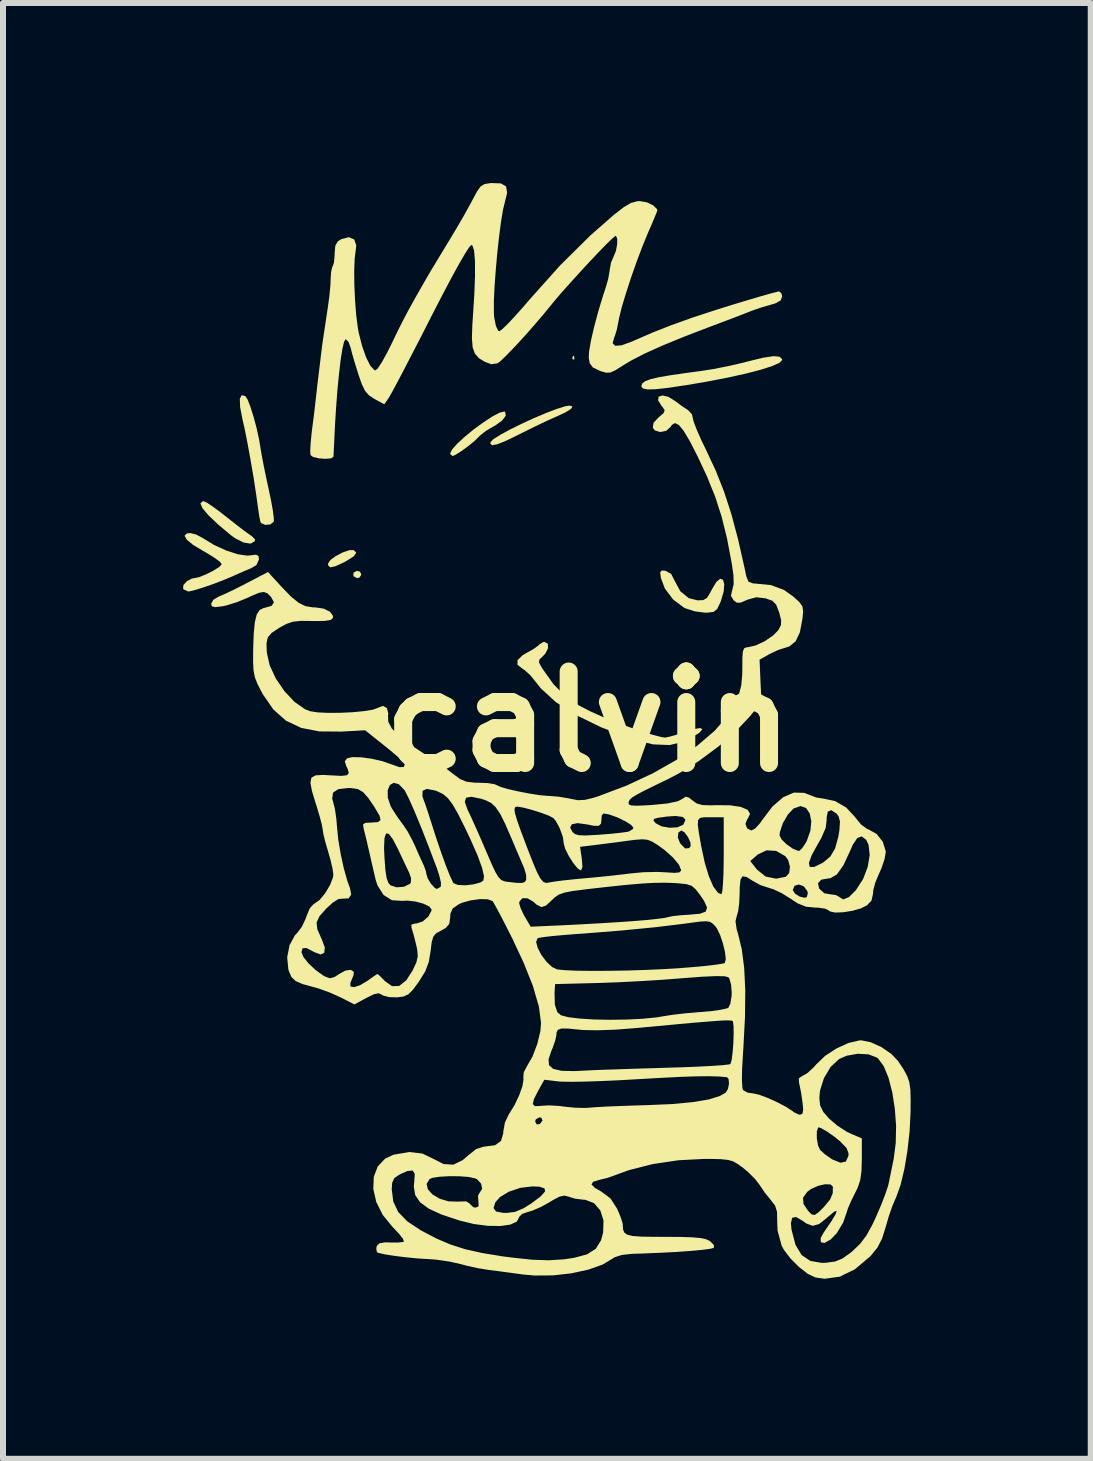
<source format=kicad_pcb>
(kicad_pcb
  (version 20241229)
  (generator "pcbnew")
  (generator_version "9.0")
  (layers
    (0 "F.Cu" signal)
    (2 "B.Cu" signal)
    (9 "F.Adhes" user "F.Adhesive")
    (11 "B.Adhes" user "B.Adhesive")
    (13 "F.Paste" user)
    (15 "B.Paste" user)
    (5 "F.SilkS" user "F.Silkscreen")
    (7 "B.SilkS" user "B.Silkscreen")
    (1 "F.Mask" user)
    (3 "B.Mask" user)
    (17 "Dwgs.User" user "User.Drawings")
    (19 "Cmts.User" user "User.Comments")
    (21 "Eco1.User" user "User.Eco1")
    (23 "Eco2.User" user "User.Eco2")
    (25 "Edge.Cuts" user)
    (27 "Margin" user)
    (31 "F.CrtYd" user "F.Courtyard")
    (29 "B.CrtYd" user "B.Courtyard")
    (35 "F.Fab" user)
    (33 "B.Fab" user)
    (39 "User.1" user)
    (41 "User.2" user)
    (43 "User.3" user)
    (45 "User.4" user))
  (footprint "calvin"
    (layer "F.Cu")
    (at 6.752 8.974)
    (property "Reference" "calvin" (at 0 0 0) (layer "F.SilkS") (effects (font (size 1.524 1.524) (thickness 0.3))))
    (attr board_only exclude_from_pos_files exclude_from_bom)
    (fp_poly (pts (xy -0.236 -6.092) (xy -0.231 -6.039) (xy -0.236 -6.033) (xy -0.262 -6.039) (xy -0.266 -6.062) (xy -0.249 -6.099)) (stroke (width 0) (type solid)) (fill yes) (layer "F.SilkS"))
    (fp_poly (pts (xy -3.805 -2.5) (xy -3.781 -2.449) (xy -3.815 -2.399) (xy -3.85 -2.39) (xy -3.908 -2.421) (xy -3.914 -2.431) (xy -3.911 -2.483) (xy -3.858 -2.511)) (stroke (width 0) (type solid)) (fill yes) (layer "F.SilkS"))
    (fp_poly (pts (xy -3.866 -2.816) (xy -3.907 -2.755) (xy -4.033 -2.675) (xy -4.072 -2.654) (xy -4.216 -2.588) (xy -4.298 -2.571) (xy -4.333 -2.601) (xy -4.337 -2.632) (xy -4.299 -2.691) (xy -4.207 -2.759) (xy -4.09 -2.82) (xy -3.979 -2.857) (xy -3.909 -2.858)) (stroke (width 0) (type solid)) (fill yes) (layer "F.SilkS"))
    (fp_poly (pts (xy -6.349 -3.645) (xy -6.242 -3.573) (xy -6.104 -3.47) (xy -6.018 -3.402) (xy -5.865 -3.281) (xy -5.731 -3.179) (xy -5.636 -3.11) (xy -5.608 -3.092) (xy -5.555 -3.04) (xy -5.555 -3.007) (xy -5.627 -2.966) (xy -5.743 -2.984) (xy -5.885 -3.056) (xy -5.953 -3.105) (xy -6.169 -3.286) (xy -6.329 -3.438) (xy -6.428 -3.556) (xy -6.462 -3.635) (xy -6.428 -3.67) (xy -6.405 -3.672)) (stroke (width 0) (type solid)) (fill yes) (layer "F.SilkS"))
    (fp_poly (pts (xy -0.262 -5.251) (xy -0.288 -5.211) (xy -0.382 -5.152) (xy -0.52 -5.088) (xy -0.681 -5.016) (xy -0.883 -4.92) (xy -1.089 -4.818) (xy -1.143 -4.791) (xy -1.363 -4.683) (xy -1.515 -4.622) (xy -1.603 -4.606) (xy -1.632 -4.633) (xy -1.629 -4.657) (xy -1.58 -4.707) (xy -1.466 -4.779) (xy -1.305 -4.867) (xy -1.112 -4.962) (xy -0.907 -5.056) (xy -0.705 -5.142) (xy -0.526 -5.21) (xy -0.385 -5.254) (xy -0.313 -5.266)) (stroke (width 0) (type solid)) (fill yes) (layer "F.SilkS"))
    (fp_poly (pts (xy -1.385 -5.161) (xy -1.375 -5.098) (xy -1.435 -5.017) (xy -1.552 -4.933) (xy -1.583 -4.917) (xy -1.706 -4.844) (xy -1.801 -4.77) (xy -1.817 -4.753) (xy -1.891 -4.68) (xy -1.998 -4.592) (xy -2.114 -4.508) (xy -2.212 -4.446) (xy -2.263 -4.425) (xy -2.3 -4.459) (xy -2.301 -4.468) (xy -2.268 -4.537) (xy -2.18 -4.635) (xy -2.053 -4.751) (xy -1.904 -4.873) (xy -1.747 -4.987) (xy -1.601 -5.083) (xy -1.48 -5.147) (xy -1.401 -5.167)) (stroke (width 0) (type solid)) (fill yes) (layer "F.SilkS"))
    (fp_poly (pts (xy 1.284 -2.515) (xy 1.381 -2.461) (xy 1.434 -2.357) (xy 1.532 -2.174) (xy 1.673 -2.058) (xy 1.819 -2.021) (xy 1.916 -2.025) (xy 1.979 -2.063) (xy 2.036 -2.157) (xy 2.058 -2.201) (xy 2.135 -2.33) (xy 2.199 -2.381) (xy 2.245 -2.364) (xy 2.266 -2.289) (xy 2.256 -2.166) (xy 2.208 -2.005) (xy 2.196 -1.977) (xy 2.146 -1.874) (xy 2.087 -1.828) (xy 1.985 -1.816) (xy 1.938 -1.816) (xy 1.774 -1.838) (xy 1.616 -1.889) (xy 1.593 -1.9) (xy 1.414 -2.035) (xy 1.277 -2.216) (xy 1.21 -2.393) (xy 1.198 -2.487) (xy 1.224 -2.518)) (stroke (width 0) (type solid)) (fill yes) (layer "F.SilkS"))
    (fp_poly (pts (xy 3.188 -6.08) (xy 3.229 -6.039) (xy 3.23 -6.025) (xy 3.188 -5.98) (xy 3.067 -5.926) (xy 2.878 -5.865) (xy 2.63 -5.8) (xy 2.331 -5.734) (xy 1.992 -5.668) (xy 1.623 -5.605) (xy 1.579 -5.599) (xy 1.309 -5.559) (xy 1.114 -5.538) (xy 0.986 -5.535) (xy 0.913 -5.55) (xy 0.886 -5.582) (xy 0.885 -5.593) (xy 0.899 -5.635) (xy 0.947 -5.672) (xy 1.038 -5.706) (xy 1.183 -5.74) (xy 1.391 -5.775) (xy 1.672 -5.815) (xy 1.881 -5.843) (xy 2.091 -5.876) (xy 2.341 -5.926) (xy 2.588 -5.983) (xy 2.664 -6.003) (xy 2.911 -6.063) (xy 3.084 -6.089)) (stroke (width 0) (type solid)) (fill yes) (layer "F.SilkS"))
    (fp_poly (pts (xy -5.714 -5.424) (xy -5.676 -5.365) (xy -5.628 -5.242) (xy -5.576 -5.076) (xy -5.526 -4.888) (xy -5.485 -4.701) (xy -5.465 -4.58) (xy -5.442 -4.443) (xy -5.405 -4.249) (xy -5.359 -4.028) (xy -5.326 -3.876) (xy -5.284 -3.677) (xy -5.254 -3.506) (xy -5.239 -3.384) (xy -5.24 -3.334) (xy -5.296 -3.286) (xy -5.382 -3.278) (xy -5.451 -3.309) (xy -5.463 -3.33) (xy -5.48 -3.409) (xy -5.498 -3.529) (xy -5.5 -3.54) (xy -5.533 -3.781) (xy -5.577 -4.067) (xy -5.629 -4.37) (xy -5.682 -4.66) (xy -5.732 -4.909) (xy -5.758 -5.02) (xy -5.801 -5.24) (xy -5.806 -5.379) (xy -5.775 -5.439)) (stroke (width 0) (type solid)) (fill yes) (layer "F.SilkS"))
    (fp_poly (pts (xy -6.532 -3.117) (xy -6.421 -3.057) (xy -6.236 -2.944) (xy -6.034 -2.852) (xy -5.841 -2.789) (xy -5.683 -2.766) (xy -5.635 -2.77) (xy -5.535 -2.782) (xy -5.494 -2.758) (xy -5.487 -2.703) (xy -5.529 -2.609) (xy -5.609 -2.561) (xy -5.727 -2.511) (xy -5.873 -2.446) (xy -5.914 -2.428) (xy -6.066 -2.363) (xy -6.241 -2.296) (xy -6.414 -2.236) (xy -6.559 -2.191) (xy -6.653 -2.169) (xy -6.664 -2.168) (xy -6.738 -2.201) (xy -6.752 -2.219) (xy -6.745 -2.278) (xy -6.685 -2.342) (xy -6.602 -2.385) (xy -6.568 -2.39) (xy -6.483 -2.408) (xy -6.366 -2.455) (xy -6.246 -2.516) (xy -6.15 -2.576) (xy -6.108 -2.621) (xy -6.107 -2.624) (xy -6.144 -2.669) (xy -6.241 -2.739) (xy -6.379 -2.823) (xy -6.417 -2.844) (xy -6.585 -2.945) (xy -6.69 -3.032) (xy -6.727 -3.097) (xy -6.691 -3.135) (xy -6.633 -3.142)) (stroke (width 0) (type solid)) (fill yes) (layer "F.SilkS"))
    (fp_poly (pts (xy -0.674 -1.297) (xy -0.67 -1.224) (xy -0.714 -1.135) (xy -0.755 -1.092) (xy -0.814 -1.036) (xy -0.821 -0.986) (xy -0.779 -0.907) (xy -0.762 -0.88) (xy -0.581 -0.625) (xy -0.389 -0.431) (xy -0.16 -0.272) (xy 0.035 -0.171) (xy 0.222 -0.087) (xy 0.439 0.000403) (xy 0.667 0.086) (xy 0.886 0.161) (xy 1.077 0.221) (xy 1.22 0.257) (xy 1.28 0.266) (xy 1.354 0.251) (xy 1.48 0.215) (xy 1.604 0.173) (xy 1.767 0.123) (xy 1.867 0.107) (xy 1.9 0.126) (xy 1.857 0.179) (xy 1.833 0.198) (xy 1.605 0.33) (xy 1.357 0.39) (xy 1.078 0.379) (xy 0.755 0.299) (xy 0.729 0.29) (xy 0.217 0.095) (xy -0.207 -0.111) (xy -0.544 -0.328) (xy -0.793 -0.557) (xy -0.875 -0.661) (xy -0.969 -0.776) (xy -1.064 -0.861) (xy -1.095 -0.881) (xy -1.18 -0.947) (xy -1.178 -1.025) (xy -1.092 -1.108) (xy -1.021 -1.149) (xy -0.908 -1.213) (xy -0.832 -1.268) (xy -0.819 -1.283) (xy -0.755 -1.324) (xy -0.728 -1.328)) (stroke (width 0) (type solid)) (fill yes) (layer "F.SilkS"))
    (fp_poly (pts (xy -1.455 -8.968) (xy -1.37 -8.917) (xy -1.352 -8.813) (xy -1.389 -8.66) (xy -1.421 -8.528) (xy -1.454 -8.328) (xy -1.487 -8.079) (xy -1.517 -7.803) (xy -1.542 -7.519) (xy -1.562 -7.247) (xy -1.573 -7.008) (xy -1.573 -6.822) (xy -1.568 -6.739) (xy -1.539 -6.592) (xy -1.501 -6.514) (xy -1.482 -6.505) (xy -1.435 -6.537) (xy -1.343 -6.626) (xy -1.217 -6.76) (xy -1.069 -6.927) (xy -0.979 -7.032) (xy -0.469 -7.602) (xy 0.039 -8.105) (xy 0.43 -8.447) (xy 0.59 -8.571) (xy 0.711 -8.642) (xy 0.815 -8.671) (xy 0.858 -8.673) (xy 0.976 -8.653) (xy 1.082 -8.602) (xy 1.145 -8.54) (xy 1.151 -8.517) (xy 1.134 -8.472) (xy 1.09 -8.365) (xy 1.027 -8.217) (xy 0.999 -8.155) (xy 0.905 -7.926) (xy 0.806 -7.664) (xy 0.71 -7.391) (xy 0.625 -7.129) (xy 0.556 -6.898) (xy 0.512 -6.719) (xy 0.504 -6.673) (xy 0.476 -6.534) (xy 0.442 -6.422) (xy 0.432 -6.401) (xy 0.406 -6.306) (xy 0.449 -6.262) (xy 0.557 -6.271) (xy 0.725 -6.332) (xy 0.741 -6.339) (xy 1.062 -6.479) (xy 1.389 -6.608) (xy 1.745 -6.735) (xy 2.152 -6.868) (xy 2.395 -6.944) (xy 2.638 -7.017) (xy 2.853 -7.081) (xy 3.025 -7.13) (xy 3.14 -7.16) (xy 3.18 -7.169) (xy 3.221 -7.132) (xy 3.23 -7.082) (xy 3.205 -7.017) (xy 3.119 -6.97) (xy 3.042 -6.947) (xy 2.88 -6.9) (xy 2.723 -6.846) (xy 2.699 -6.836) (xy 2.595 -6.795) (xy 2.432 -6.732) (xy 2.233 -6.657) (xy 2.058 -6.591) (xy 1.609 -6.419) (xy 1.238 -6.267) (xy 0.94 -6.133) (xy 0.708 -6.013) (xy 0.585 -5.939) (xy 0.454 -5.856) (xy 0.367 -5.817) (xy 0.295 -5.814) (xy 0.207 -5.84) (xy 0.186 -5.848) (xy 0.075 -5.903) (xy 0.024 -5.973) (xy 0.008 -6.062) (xy 0.014 -6.173) (xy 0.045 -6.349) (xy 0.096 -6.57) (xy 0.161 -6.816) (xy 0.237 -7.069) (xy 0.292 -7.236) (xy 0.332 -7.377) (xy 0.354 -7.502) (xy 0.356 -7.524) (xy 0.379 -7.647) (xy 0.42 -7.744) (xy 0.46 -7.841) (xy 0.481 -7.951) (xy 0.483 -8.043) (xy 0.463 -8.091) (xy 0.449 -8.091) (xy 0.401 -8.051) (xy 0.306 -7.959) (xy 0.177 -7.827) (xy 0.026 -7.667) (xy -0.135 -7.493) (xy -0.294 -7.318) (xy -0.439 -7.156) (xy -0.557 -7.018) (xy -0.615 -6.947) (xy -0.753 -6.778) (xy -0.91 -6.595) (xy -1.072 -6.412) (xy -1.228 -6.243) (xy -1.363 -6.103) (xy -1.464 -6.006) (xy -1.513 -5.97) (xy -1.614 -5.955) (xy -1.724 -5.995) (xy -1.824 -6.057) (xy -1.89 -6.133) (xy -1.927 -6.238) (xy -1.939 -6.391) (xy -1.932 -6.607) (xy -1.924 -6.723) (xy -1.899 -7.115) (xy -1.887 -7.435) (xy -1.888 -7.681) (xy -1.903 -7.848) (xy -1.93 -7.933) (xy -1.948 -7.943) (xy -1.985 -7.904) (xy -2.057 -7.792) (xy -2.16 -7.614) (xy -2.291 -7.375) (xy -2.445 -7.082) (xy -2.62 -6.743) (xy -2.631 -6.72) (xy -2.788 -6.412) (xy -2.936 -6.126) (xy -3.067 -5.872) (xy -3.178 -5.661) (xy -3.263 -5.503) (xy -3.315 -5.41) (xy -3.326 -5.393) (xy -3.399 -5.288) (xy -3.562 -5.376) (xy -3.653 -5.436) (xy -3.719 -5.511) (xy -3.775 -5.627) (xy -3.827 -5.775) (xy -3.882 -5.951) (xy -3.93 -6.114) (xy -3.959 -6.228) (xy -3.994 -6.326) (xy -4.04 -6.372) (xy -4.044 -6.372) (xy -4.069 -6.33) (xy -4.097 -6.211) (xy -4.126 -6.027) (xy -4.154 -5.79) (xy -4.181 -5.512) (xy -4.204 -5.204) (xy -4.224 -4.878) (xy -4.226 -4.823) (xy -4.234 -4.648) (xy -4.241 -4.508) (xy -4.245 -4.425) (xy -4.246 -4.414) (xy -4.286 -4.387) (xy -4.378 -4.379) (xy -4.488 -4.387) (xy -4.583 -4.409) (xy -4.628 -4.441) (xy -4.633 -4.51) (xy -4.626 -4.642) (xy -4.609 -4.812) (xy -4.602 -4.872) (xy -4.571 -5.111) (xy -4.54 -5.38) (xy -4.513 -5.62) (xy -4.433 -6.28) (xy -4.339 -6.907) (xy -4.314 -7.091) (xy -4.297 -7.269) (xy -4.293 -7.371) (xy -4.285 -7.493) (xy -4.266 -7.575) (xy -4.259 -7.586) (xy -4.238 -7.648) (xy -4.227 -7.762) (xy -4.226 -7.801) (xy -4.215 -7.929) (xy -4.173 -8.002) (xy -4.118 -8.038) (xy -3.989 -8.072) (xy -3.9 -8.034) (xy -3.866 -7.936) (xy -3.874 -7.862) (xy -3.892 -7.722) (xy -3.9 -7.518) (xy -3.898 -7.276) (xy -3.886 -7.02) (xy -3.867 -6.774) (xy -3.84 -6.563) (xy -3.827 -6.489) (xy -3.77 -6.263) (xy -3.702 -6.07) (xy -3.631 -5.929) (xy -3.563 -5.856) (xy -3.552 -5.851) (xy -3.51 -5.882) (xy -3.442 -5.984) (xy -3.353 -6.145) (xy -3.28 -6.291) (xy -3.182 -6.495) (xy -3.09 -6.678) (xy -2.993 -6.862) (xy -2.878 -7.069) (xy -2.735 -7.32) (xy -2.656 -7.456) (xy -2.601 -7.549) (xy -2.513 -7.695) (xy -2.406 -7.871) (xy -2.322 -8.009) (xy -2.199 -8.214) (xy -2.077 -8.424) (xy -1.974 -8.609) (xy -1.928 -8.695) (xy -1.852 -8.837) (xy -1.793 -8.918) (xy -1.729 -8.957) (xy -1.64 -8.972) (xy -1.611 -8.974)) (stroke (width 0) (type solid)) (fill yes) (layer "F.SilkS"))
    (fp_poly (pts (xy 1.334 -5.412) (xy 1.446 -5.343) (xy 1.558 -5.26) (xy 1.656 -5.195) (xy 1.66 -5.193) (xy 1.727 -5.122) (xy 1.74 -5.064) (xy 1.757 -4.995) (xy 1.806 -4.866) (xy 1.881 -4.696) (xy 1.969 -4.514) (xy 2.126 -4.177) (xy 2.263 -3.83) (xy 2.385 -3.455) (xy 2.497 -3.034) (xy 2.607 -2.547) (xy 2.632 -2.423) (xy 2.67 -2.331) (xy 2.751 -2.301) (xy 2.778 -2.301) (xy 3.044 -2.275) (xy 3.261 -2.194) (xy 3.411 -2.088) (xy 3.516 -1.993) (xy 3.568 -1.92) (xy 3.58 -1.834) (xy 3.569 -1.717) (xy 3.526 -1.489) (xy 3.455 -1.338) (xy 3.352 -1.254) (xy 3.297 -1.236) (xy 3.167 -1.195) (xy 3.026 -1.129) (xy 3.009 -1.12) (xy 2.854 -1.032) (xy 2.869 -0.678) (xy 2.885 -0.323) (xy 2.692 -0.087) (xy 2.46 0.16) (xy 2.169 0.414) (xy 1.844 0.655) (xy 1.512 0.862) (xy 1.33 0.957) (xy 1.09 1.073) (xy 0.918 1.158) (xy 0.803 1.219) (xy 0.732 1.263) (xy 0.694 1.297) (xy 0.676 1.328) (xy 0.672 1.346) (xy 0.675 1.378) (xy 0.712 1.396) (xy 0.797 1.401) (xy 0.946 1.396) (xy 1.07 1.388) (xy 1.322 1.363) (xy 1.49 1.327) (xy 1.56 1.292) (xy 1.623 1.251) (xy 1.68 1.267) (xy 1.737 1.314) (xy 1.81 1.365) (xy 1.903 1.39) (xy 2.044 1.395) (xy 2.124 1.392) (xy 2.362 1.394) (xy 2.541 1.421) (xy 2.655 1.469) (xy 2.696 1.536) (xy 2.657 1.618) (xy 2.649 1.625) (xy 2.619 1.703) (xy 2.648 1.78) (xy 2.719 1.814) (xy 2.782 1.78) (xy 2.862 1.692) (xy 2.892 1.648) (xy 3.067 1.416) (xy 3.247 1.26) (xy 3.427 1.182) (xy 3.599 1.187) (xy 3.668 1.214) (xy 3.798 1.264) (xy 3.918 1.283) (xy 4.111 1.323) (xy 4.296 1.43) (xy 4.442 1.586) (xy 4.451 1.599) (xy 4.544 1.713) (xy 4.643 1.786) (xy 4.669 1.796) (xy 4.804 1.871) (xy 4.907 2.001) (xy 4.955 2.155) (xy 4.956 2.179) (xy 4.936 2.293) (xy 4.885 2.443) (xy 4.845 2.532) (xy 4.784 2.677) (xy 4.749 2.807) (xy 4.745 2.864) (xy 4.719 2.982) (xy 4.644 3.061) (xy 4.541 3.112) (xy 4.4 3.152) (xy 4.249 3.176) (xy 4.115 3.181) (xy 4.025 3.162) (xy 4.008 3.147) (xy 3.949 3.117) (xy 3.835 3.1) (xy 3.776 3.098) (xy 3.625 3.083) (xy 3.489 3.028) (xy 3.369 2.949) (xy 3.226 2.86) (xy 3.112 2.806) (xy 3.407 2.806) (xy 3.443 2.865) (xy 3.522 2.915) (xy 3.605 2.935) (xy 3.641 2.923) (xy 3.658 2.86) (xy 3.649 2.821) (xy 3.59 2.744) (xy 3.509 2.714) (xy 3.438 2.734) (xy 3.407 2.805) (xy 3.407 2.806) (xy 3.112 2.806) (xy 3.084 2.793) (xy 3.016 2.772) (xy 2.871 2.725) (xy 2.815 2.694) (xy 3.827 2.694) (xy 3.847 2.782) (xy 3.935 2.861) (xy 4.026 2.876) (xy 4.127 2.89) (xy 4.182 2.921) (xy 4.248 2.963) (xy 4.343 2.924) (xy 4.46 2.807) (xy 4.579 2.623) (xy 4.656 2.42) (xy 4.689 2.222) (xy 4.67 2.052) (xy 4.631 1.97) (xy 4.557 1.912) (xy 4.483 1.939) (xy 4.407 2.052) (xy 4.363 2.153) (xy 4.252 2.392) (xy 4.143 2.545) (xy 4.036 2.609) (xy 4.013 2.611) (xy 3.882 2.633) (xy 3.827 2.694) (xy 2.815 2.694) (xy 2.744 2.655) (xy 2.637 2.588) (xy 2.57 2.577) (xy 2.536 2.633) (xy 2.523 2.764) (xy 2.522 2.857) (xy 2.515 3.022) (xy 2.497 3.161) (xy 2.475 3.236) (xy 2.453 3.326) (xy 2.472 3.457) (xy 2.494 3.531) (xy 2.558 3.793) (xy 2.598 4.107) (xy 2.616 4.481) (xy 2.611 4.923) (xy 2.584 5.442) (xy 2.578 5.531) (xy 2.563 5.786) (xy 2.56 5.98) (xy 2.568 6.103) (xy 2.58 6.14) (xy 2.652 6.181) (xy 2.748 6.195) (xy 2.846 6.216) (xy 2.99 6.27) (xy 3.151 6.343) (xy 3.301 6.422) (xy 3.41 6.494) (xy 3.427 6.509) (xy 3.507 6.546) (xy 3.533 6.549) (xy 3.57 6.53) (xy 3.581 6.462) (xy 3.569 6.339) (xy 3.547 6.189) (xy 3.522 6.061) (xy 3.513 6.027) (xy 3.508 5.943) (xy 3.568 5.903) (xy 3.574 5.901) (xy 3.655 5.853) (xy 3.755 5.76) (xy 3.8 5.709) (xy 3.945 5.57) (xy 4.133 5.447) (xy 4.334 5.355) (xy 4.516 5.312) (xy 4.548 5.31) (xy 4.707 5.342) (xy 4.886 5.424) (xy 5.05 5.537) (xy 5.162 5.655) (xy 5.253 5.793) (xy 5.313 5.903) (xy 5.349 6.007) (xy 5.367 6.131) (xy 5.371 6.297) (xy 5.37 6.505) (xy 5.354 6.825) (xy 5.318 7.149) (xy 5.267 7.455) (xy 5.203 7.721) (xy 5.13 7.926) (xy 5.113 7.961) (xy 5.064 8.078) (xy 5.006 8.245) (xy 4.957 8.417) (xy 4.894 8.616) (xy 4.819 8.762) (xy 4.711 8.895) (xy 4.691 8.916) (xy 4.441 9.126) (xy 4.191 9.248) (xy 3.938 9.283) (xy 3.783 9.261) (xy 3.656 9.2) (xy 3.51 9.086) (xy 3.368 8.944) (xy 3.257 8.797) (xy 3.222 8.731) (xy 3.154 8.481) (xy 3.149 8.359) (xy 3.376 8.359) (xy 3.387 8.468) (xy 3.452 8.716) (xy 3.554 8.887) (xy 3.7 8.986) (xy 3.894 9.019) (xy 3.967 9.016) (xy 4.115 8.995) (xy 4.235 8.946) (xy 4.367 8.852) (xy 4.41 8.816) (xy 4.533 8.697) (xy 4.635 8.561) (xy 4.733 8.383) (xy 4.798 8.244) (xy 4.879 8.055) (xy 4.947 7.879) (xy 4.993 7.742) (xy 5.004 7.7) (xy 5.031 7.569) (xy 5.066 7.397) (xy 5.09 7.279) (xy 5.123 7.02) (xy 5.129 6.737) (xy 5.108 6.451) (xy 5.065 6.177) (xy 5.003 5.935) (xy 4.923 5.741) (xy 4.83 5.614) (xy 4.81 5.598) (xy 4.67 5.544) (xy 4.489 5.534) (xy 4.304 5.567) (xy 4.179 5.622) (xy 4.039 5.752) (xy 3.927 5.939) (xy 3.861 6.149) (xy 3.85 6.269) (xy 3.863 6.396) (xy 3.916 6.503) (xy 4.011 6.613) (xy 4.149 6.731) (xy 4.308 6.834) (xy 4.365 6.862) (xy 4.558 6.944) (xy 4.558 7.293) (xy 4.552 7.493) (xy 4.531 7.64) (xy 4.488 7.768) (xy 4.443 7.859) (xy 4.375 7.997) (xy 4.325 8.114) (xy 4.311 8.162) (xy 4.247 8.346) (xy 4.142 8.521) (xy 4.04 8.628) (xy 3.935 8.686) (xy 3.875 8.675) (xy 3.872 8.605) (xy 3.921 8.515) (xy 4.05 8.326) (xy 4.123 8.204) (xy 4.139 8.15) (xy 4.099 8.164) (xy 4.001 8.245) (xy 3.974 8.27) (xy 3.846 8.371) (xy 3.74 8.401) (xy 3.631 8.361) (xy 3.569 8.316) (xy 3.461 8.253) (xy 3.397 8.268) (xy 3.376 8.359) (xy 3.149 8.359) (xy 3.148 8.319) (xy 3.145 8.168) (xy 3.113 8.065) (xy 3.045 7.976) (xy 3.011 7.933) (xy 3.578 7.933) (xy 3.586 8.037) (xy 3.664 8.153) (xy 3.722 8.211) (xy 3.773 8.22) (xy 3.839 8.174) (xy 3.926 8.087) (xy 4.028 7.964) (xy 4.073 7.859) (xy 4.076 7.749) (xy 4.037 7.711) (xy 3.945 7.708) (xy 3.828 7.735) (xy 3.713 7.787) (xy 3.648 7.835) (xy 3.578 7.933) (xy 3.011 7.933) (xy 2.944 7.852) (xy 2.857 7.723) (xy 2.857 7.722) (xy 2.777 7.618) (xy 2.657 7.5) (xy 2.583 7.438) (xy 2.49 7.37) (xy 2.412 7.326) (xy 2.324 7.302) (xy 2.205 7.29) (xy 2.03 7.286) (xy 1.934 7.286) (xy 1.504 7.308) (xy 1.075 7.372) (xy 0.677 7.473) (xy 0.42 7.567) (xy 0.313 7.604) (xy 0.188 7.634) (xy 0.079 7.668) (xy 0.054 7.712) (xy 0.113 7.771) (xy 0.215 7.829) (xy 0.369 7.943) (xy 0.481 8.117) (xy 0.481 8.117) (xy 0.536 8.247) (xy 0.57 8.35) (xy 0.575 8.381) (xy 0.579 8.458) (xy 0.599 8.512) (xy 0.647 8.548) (xy 0.737 8.57) (xy 0.882 8.581) (xy 1.093 8.584) (xy 1.278 8.585) (xy 1.546 8.586) (xy 1.74 8.593) (xy 1.874 8.605) (xy 1.964 8.625) (xy 2.024 8.653) (xy 2.029 8.656) (xy 2.093 8.721) (xy 2.092 8.767) (xy 2.035 8.783) (xy 1.903 8.801) (xy 1.71 8.819) (xy 1.472 8.836) (xy 1.2 8.85) (xy 0.911 8.862) (xy 0.723 8.868) (xy 0.56 8.886) (xy 0.438 8.925) (xy 0.413 8.942) (xy 0.238 9.047) (xy -0.002 9.132) (xy -0.286 9.193) (xy -0.592 9.227) (xy -0.899 9.229) (xy -1.095 9.211) (xy -1.298 9.183) (xy -1.5 9.156) (xy -1.658 9.136) (xy -1.659 9.136) (xy -1.837 9.107) (xy -2.036 9.063) (xy -2.124 9.039) (xy -2.316 8.996) (xy -2.53 8.965) (xy -2.633 8.957) (xy -2.833 8.945) (xy -3.04 8.925) (xy -3.233 8.901) (xy -3.391 8.876) (xy -3.495 8.852) (xy -3.522 8.839) (xy -3.533 8.778) (xy -3.524 8.738) (xy -3.48 8.692) (xy -3.383 8.676) (xy -3.298 8.679) (xy -3.173 8.68) (xy -3.087 8.67) (xy -3.072 8.662) (xy -3.086 8.619) (xy -3.152 8.535) (xy -3.255 8.426) (xy -3.26 8.421) (xy -3.425 8.219) (xy -3.533 8.003) (xy -3.581 7.791) (xy -3.275 7.791) (xy -3.249 7.998) (xy -3.166 8.172) (xy -3.015 8.327) (xy -2.786 8.478) (xy -2.781 8.481) (xy -2.533 8.611) (xy -2.297 8.712) (xy -2.05 8.791) (xy -1.769 8.854) (xy -1.433 8.909) (xy -1.261 8.931) (xy -0.931 8.966) (xy -0.655 8.975) (xy -0.404 8.959) (xy -0.236 8.934) (xy -0.02 8.876) (xy 0.124 8.784) (xy 0.212 8.644) (xy 0.247 8.514) (xy 0.254 8.312) (xy 0.2 8.144) (xy 0.096 8.023) (xy -0.049 7.967) (xy -0.086 7.965) (xy -0.223 7.948) (xy -0.322 7.917) (xy -0.396 7.897) (xy -0.476 7.913) (xy -0.589 7.972) (xy -0.642 8.005) (xy -0.79 8.087) (xy -0.935 8.149) (xy -1.003 8.169) (xy -1.103 8.203) (xy -1.15 8.25) (xy -1.151 8.256) (xy -1.191 8.331) (xy -1.301 8.381) (xy -1.467 8.404) (xy -1.674 8.401) (xy -1.906 8.371) (xy -2.141 8.314) (xy -2.44 8.215) (xy -2.658 8.115) (xy -2.671 8.105) (xy -1.578 8.105) (xy -1.537 8.162) (xy -1.418 8.185) (xy -1.361 8.186) (xy -1.22 8.169) (xy -1.075 8.107) (xy -0.944 8.024) (xy -0.792 7.91) (xy -0.72 7.828) (xy -0.729 7.776) (xy -0.817 7.749) (xy -0.931 7.744) (xy -1.131 7.768) (xy -1.32 7.831) (xy -1.471 7.921) (xy -1.549 8.01) (xy -1.578 8.105) (xy -2.671 8.105) (xy -2.803 8.009) (xy -2.884 7.888) (xy -2.907 7.747) (xy -2.903 7.703) (xy -2.694 7.703) (xy -2.673 7.793) (xy -2.595 7.879) (xy -2.476 7.949) (xy -2.33 7.993) (xy -2.172 7.998) (xy -2.164 7.997) (xy -2.037 7.993) (xy -1.977 8.028) (xy -1.974 8.036) (xy -1.914 8.091) (xy -1.877 8.098) (xy -1.827 8.076) (xy -1.83 7.999) (xy -1.832 7.99) (xy -1.837 7.899) (xy -1.814 7.855) (xy -1.769 7.785) (xy -1.786 7.697) (xy -1.855 7.624) (xy -1.882 7.611) (xy -1.991 7.587) (xy -2.146 7.575) (xy -2.318 7.574) (xy -2.479 7.583) (xy -2.599 7.602) (xy -2.644 7.621) (xy -2.694 7.703) (xy -2.903 7.703) (xy -2.899 7.657) (xy -2.891 7.535) (xy -2.926 7.479) (xy -3.014 7.488) (xy -3.144 7.546) (xy -3.231 7.605) (xy -3.268 7.684) (xy -3.275 7.791) (xy -3.581 7.791) (xy -3.582 7.787) (xy -3.574 7.585) (xy -3.508 7.412) (xy -3.385 7.281) (xy -3.244 7.216) (xy -2.983 7.171) (xy -2.764 7.197) (xy -2.593 7.279) (xy -2.41 7.372) (xy -2.248 7.382) (xy -2.093 7.307) (xy -2.01 7.235) (xy -1.869 7.122) (xy -1.739 7.081) (xy -1.721 7.08) (xy -1.553 7.058) (xy -1.454 6.987) (xy -1.417 6.861) (xy -1.416 6.831) (xy 3.808 6.831) (xy 3.808 6.946) (xy 3.829 7.063) (xy 3.861 7.134) (xy 3.935 7.203) (xy 4.045 7.281) (xy 4.069 7.296) (xy 4.203 7.35) (xy 4.292 7.33) (xy 4.334 7.237) (xy 4.337 7.192) (xy 4.302 7.103) (xy 4.194 6.991) (xy 4.097 6.913) (xy 3.973 6.827) (xy 3.878 6.772) (xy 3.831 6.759) (xy 3.831 6.76) (xy 3.808 6.831) (xy -1.416 6.831) (xy -1.416 6.831) (xy -1.389 6.679) (xy -1.381 6.663) (xy -0.885 6.663) (xy -0.859 6.712) (xy -0.806 6.704) (xy -0.762 6.646) (xy -0.782 6.601) (xy -0.815 6.593) (xy -0.876 6.629) (xy -0.885 6.663) (xy -1.381 6.663) (xy -1.326 6.547) (xy -1.232 6.395) (xy -1.221 6.372) (xy -0.925 6.372) (xy -0.889 6.407) (xy -0.795 6.403) (xy -0.785 6.401) (xy -0.658 6.394) (xy -0.491 6.403) (xy -0.398 6.415) (xy -0.222 6.433) (xy -0.049 6.437) (xy 0.022 6.432) (xy 0.125 6.424) (xy 0.297 6.414) (xy 0.521 6.405) (xy 0.776 6.396) (xy 0.974 6.39) (xy 1.399 6.372) (xy 1.741 6.34) (xy 2.005 6.296) (xy 2.194 6.237) (xy 2.29 6.182) (xy 2.328 6.119) (xy 2.345 6.029) (xy 2.337 5.951) (xy 2.312 5.925) (xy 2.182 5.913) (xy 2.017 5.908) (xy 1.806 5.91) (xy 1.538 5.919) (xy 1.203 5.936) (xy 0.819 5.958) (xy 0.505 5.976) (xy 0.207 5.989) (xy -0.059 5.998) (xy -0.279 6.001) (xy -0.435 5.999) (xy -0.488 5.996) (xy -0.732 5.967) (xy -0.831 6.143) (xy -0.905 6.288) (xy -0.925 6.372) (xy -1.221 6.372) (xy -1.153 6.23) (xy -1.098 6.077) (xy -1.079 5.963) (xy -1.082 5.935) (xy -1.075 5.843) (xy -1.026 5.749) (xy -0.956 5.627) (xy -0.662 5.627) (xy -0.654 5.724) (xy -0.584 5.786) (xy -0.447 5.818) (xy -0.235 5.823) (xy -0.066 5.815) (xy 0.054 5.809) (xy 0.246 5.801) (xy 0.494 5.793) (xy 0.782 5.783) (xy 1.093 5.774) (xy 1.274 5.768) (xy 1.573 5.759) (xy 1.842 5.748) (xy 2.068 5.736) (xy 2.24 5.724) (xy 2.343 5.712) (xy 2.369 5.705) (xy 2.389 5.636) (xy 2.405 5.512) (xy 2.417 5.36) (xy 2.422 5.206) (xy 2.421 5.077) (xy 2.411 4.999) (xy 2.405 4.988) (xy 2.382 4.981) (xy 2.337 4.978) (xy 2.26 4.979) (xy 2.144 4.986) (xy 1.979 4.999) (xy 1.757 5.017) (xy 1.47 5.043) (xy 1.109 5.077) (xy 0.819 5.104) (xy 0.459 5.132) (xy 0.151 5.143) (xy -0.092 5.138) (xy -0.155 5.132) (xy -0.337 5.114) (xy -0.449 5.114) (xy -0.507 5.134) (xy -0.529 5.179) (xy -0.531 5.219) (xy -0.549 5.307) (xy -0.593 5.435) (xy -0.617 5.492) (xy -0.662 5.627) (xy -0.956 5.627) (xy -0.93 5.583) (xy -0.85 5.371) (xy -0.798 5.157) (xy -0.787 5.021) (xy -0.823 4.747) (xy -0.889 4.521) (xy -0.562 4.521) (xy -0.557 4.718) (xy -0.515 4.842) (xy -0.454 4.893) (xy -0.331 4.925) (xy -0.141 4.948) (xy 0.098 4.963) (xy 0.365 4.968) (xy 0.64 4.964) (xy 0.904 4.951) (xy 1.137 4.928) (xy 1.257 4.908) (xy 1.404 4.885) (xy 1.602 4.862) (xy 1.816 4.843) (xy 1.876 4.838) (xy 2.061 4.822) (xy 2.214 4.8) (xy 2.314 4.777) (xy 2.334 4.768) (xy 2.367 4.7) (xy 2.387 4.58) (xy 2.39 4.514) (xy 2.379 4.38) (xy 2.351 4.282) (xy 2.334 4.258) (xy 2.267 4.242) (xy 2.119 4.24) (xy 1.888 4.251) (xy 1.572 4.275) (xy 1.571 4.275) (xy 1.25 4.3) (xy 0.883 4.323) (xy 0.515 4.342) (xy 0.187 4.354) (xy 0.155 4.355) (xy -0.553 4.373) (xy -0.562 4.521) (xy -0.889 4.521) (xy -0.92 4.411) (xy -1.078 4.014) (xy -1.24 3.669) (xy -0.869 3.669) (xy -0.843 3.769) (xy -0.782 3.887) (xy -0.696 4.001) (xy -0.602 4.089) (xy -0.52 4.128) (xy -0.397 4.141) (xy -0.203 4.15) (xy 0.047 4.153) (xy 0.336 4.152) (xy 0.647 4.147) (xy 0.963 4.137) (xy 1.27 4.123) (xy 1.505 4.109) (xy 1.751 4.089) (xy 1.967 4.069) (xy 2.137 4.049) (xy 2.245 4.031) (xy 2.275 4.021) (xy 2.291 3.957) (xy 2.278 3.839) (xy 2.244 3.696) (xy 2.196 3.554) (xy 2.141 3.442) (xy 2.115 3.408) (xy 2.071 3.363) (xy 2.028 3.336) (xy 1.967 3.326) (xy 1.869 3.331) (xy 1.713 3.351) (xy 1.593 3.368) (xy 1.112 3.426) (xy 0.547 3.481) (xy -0.094 3.532) (xy -0.189 3.538) (xy -0.414 3.556) (xy -0.609 3.574) (xy -0.755 3.591) (xy -0.835 3.605) (xy -0.844 3.608) (xy -0.869 3.669) (xy -1.24 3.669) (xy -1.259 3.627) (xy -1.366 3.415) (xy -1.461 3.231) (xy -1.537 3.089) (xy -1.573 3.027) (xy -1.151 3.027) (xy -1.129 3.104) (xy -1.076 3.218) (xy -1.055 3.255) (xy -0.959 3.417) (xy -0.38 3.391) (xy -0.094 3.376) (xy 0.225 3.358) (xy 0.533 3.339) (xy 0.73 3.325) (xy 0.943 3.308) (xy 1.127 3.289) (xy 1.262 3.272) (xy 1.328 3.258) (xy 1.405 3.241) (xy 1.539 3.226) (xy 1.681 3.217) (xy 1.861 3.201) (xy 1.958 3.165) (xy 1.979 3.097) (xy 1.93 2.988) (xy 1.863 2.889) (xy 1.788 2.792) (xy 1.723 2.736) (xy 1.637 2.708) (xy 1.502 2.694) (xy 1.43 2.689) (xy 1.278 2.684) (xy 1.108 2.686) (xy 0.905 2.697) (xy 0.655 2.718) (xy 0.347 2.75) (xy -0.036 2.793) (xy -0.054 2.796) (xy -0.259 2.822) (xy -0.397 2.849) (xy -0.491 2.882) (xy -0.56 2.93) (xy -0.604 2.972) (xy -0.705 3.065) (xy -0.781 3.09) (xy -0.86 3.05) (xy -0.913 3.003) (xy -1.011 2.944) (xy -1.098 2.942) (xy -1.147 2.997) (xy -1.151 3.027) (xy -1.573 3.027) (xy -1.585 3.005) (xy -1.597 2.989) (xy -1.675 2.96) (xy -1.806 2.957) (xy -1.959 2.978) (xy -2.103 3.018) (xy -2.157 3.042) (xy -2.258 3.112) (xy -2.297 3.198) (xy -2.301 3.263) (xy -2.316 3.37) (xy -2.376 3.439) (xy -2.45 3.48) (xy -2.534 3.526) (xy -2.582 3.582) (xy -2.609 3.674) (xy -2.627 3.822) (xy -2.658 4.007) (xy -2.717 4.162) (xy -2.822 4.332) (xy -2.826 4.337) (xy -2.923 4.469) (xy -2.999 4.544) (xy -3.078 4.58) (xy -3.183 4.594) (xy -3.318 4.59) (xy -3.42 4.563) (xy -3.436 4.552) (xy -3.492 4.526) (xy -3.569 4.541) (xy -3.692 4.601) (xy -3.7 4.605) (xy -3.897 4.712) (xy -4.128 4.594) (xy -4.304 4.515) (xy -4.494 4.446) (xy -4.58 4.422) (xy -4.762 4.372) (xy -4.876 4.322) (xy -4.944 4.258) (xy -4.986 4.165) (xy -4.998 4.124) (xy -5.017 3.925) (xy -5 3.841) (xy -4.779 3.841) (xy -4.746 3.923) (xy -4.66 4.03) (xy -4.543 4.139) (xy -4.418 4.229) (xy -4.387 4.247) (xy -4.304 4.276) (xy -4.226 4.255) (xy -4.151 4.205) (xy -4.044 4.147) (xy -3.956 4.136) (xy -3.907 4.169) (xy -3.912 4.226) (xy -3.954 4.33) (xy -3.965 4.359) (xy -3.962 4.413) (xy -3.902 4.424) (xy -3.803 4.392) (xy -3.684 4.322) (xy -3.673 4.314) (xy -3.578 4.246) (xy -3.519 4.207) (xy -3.511 4.204) (xy -3.477 4.233) (xy -3.406 4.304) (xy -3.388 4.324) (xy -3.269 4.408) (xy -3.151 4.404) (xy -3.034 4.312) (xy -2.927 4.146) (xy -2.864 4.011) (xy -2.841 3.908) (xy -2.851 3.794) (xy -2.866 3.726) (xy -2.901 3.585) (xy -2.934 3.471) (xy -2.944 3.441) (xy -2.949 3.383) (xy -2.888 3.364) (xy -2.861 3.363) (xy -2.758 3.329) (xy -2.664 3.247) (xy -2.613 3.15) (xy -2.611 3.13) (xy -2.65 3.079) (xy -2.75 3.032) (xy -2.882 2.997) (xy -3.018 2.982) (xy -3.097 2.987) (xy -3.27 2.976) (xy -3.411 2.888) (xy -3.512 2.729) (xy -3.543 2.633) (xy -3.576 2.492) (xy -3.618 2.311) (xy -3.65 2.168) (xy -3.665 2.106) (xy -3.403 2.106) (xy -3.396 2.265) (xy -3.381 2.471) (xy -3.36 2.606) (xy -3.331 2.687) (xy -3.295 2.728) (xy -3.193 2.761) (xy -3.071 2.751) (xy -2.974 2.704) (xy -2.957 2.684) (xy -2.952 2.614) (xy -2.981 2.525) (xy -3.028 2.426) (xy -3.097 2.281) (xy -3.165 2.135) (xy -3.256 1.96) (xy -3.324 1.869) (xy -3.37 1.863) (xy -3.396 1.941) (xy -3.403 2.106) (xy -3.665 2.106) (xy -3.688 2.003) (xy -3.723 1.861) (xy -3.743 1.781) (xy -3.753 1.715) (xy -3.716 1.687) (xy -3.612 1.682) (xy -3.505 1.674) (xy -3.461 1.64) (xy -3.478 1.567) (xy -3.553 1.44) (xy -3.559 1.429) (xy -3.667 1.27) (xy -3.753 1.174) (xy -3.805 1.144) (xy -3.342 1.144) (xy -3.341 1.264) (xy -3.294 1.406) (xy -3.27 1.449) (xy -3.183 1.584) (xy -3.094 1.707) (xy -3.078 1.728) (xy -3.009 1.832) (xy -2.93 1.98) (xy -2.882 2.082) (xy -2.819 2.227) (xy -2.764 2.347) (xy -2.739 2.4) (xy -2.705 2.494) (xy -2.699 2.534) (xy -2.675 2.613) (xy -2.619 2.704) (xy -2.555 2.773) (xy -2.522 2.788) (xy -2.465 2.756) (xy -2.456 2.743) (xy -2.455 2.681) (xy -2.483 2.564) (xy -2.522 2.444) (xy -2.66 2.08) (xy -2.785 1.761) (xy -2.894 1.497) (xy -2.983 1.296) (xy -3.01 1.242) (xy -2.764 1.242) (xy -2.749 1.288) (xy -2.713 1.385) (xy -2.664 1.533) (xy -2.616 1.682) (xy -2.534 1.939) (xy -2.451 2.182) (xy -2.374 2.396) (xy -2.307 2.564) (xy -2.258 2.67) (xy -2.244 2.692) (xy -2.173 2.721) (xy -2.053 2.727) (xy -1.917 2.712) (xy -1.8 2.681) (xy -1.749 2.65) (xy -1.737 2.579) (xy -1.769 2.437) (xy -1.846 2.227) (xy -1.966 1.954) (xy -2.062 1.753) (xy -2.173 1.532) (xy -2.262 1.376) (xy -2.292 1.337) (xy -2.057 1.337) (xy -2.013 1.464) (xy -2.001 1.488) (xy -1.949 1.598) (xy -1.874 1.765) (xy -1.785 1.966) (xy -1.704 2.155) (xy -1.614 2.364) (xy -1.548 2.505) (xy -1.496 2.592) (xy -1.449 2.639) (xy -1.397 2.661) (xy -1.355 2.668) (xy -1.197 2.686) (xy -1.106 2.688) (xy -1.059 2.673) (xy -1.036 2.639) (xy -1.035 2.636) (xy -1.035 2.556) (xy -1.068 2.442) (xy -1.075 2.426) (xy -1.123 2.314) (xy -1.192 2.152) (xy -1.268 1.972) (xy -1.281 1.943) (xy -1.383 1.707) (xy -1.465 1.541) (xy -1.521 1.458) (xy -1.23 1.458) (xy -1.221 1.527) (xy -1.187 1.642) (xy -1.126 1.816) (xy -1.034 2.059) (xy -1.018 2.102) (xy -0.925 2.34) (xy -0.855 2.506) (xy -0.799 2.612) (xy -0.751 2.669) (xy -0.704 2.688) (xy -0.649 2.68) (xy -0.645 2.679) (xy -0.564 2.665) (xy -0.418 2.646) (xy -0.229 2.626) (xy -0.066 2.611) (xy 0.171 2.589) (xy 0.412 2.564) (xy 0.621 2.54) (xy 0.716 2.528) (xy 0.923 2.509) (xy 1.146 2.504) (xy 1.28 2.51) (xy 1.433 2.52) (xy 1.517 2.512) (xy 1.546 2.484) (xy 1.547 2.473) (xy 1.51 2.383) (xy 1.413 2.266) (xy 1.274 2.141) (xy 1.161 2.059) (xy 1.068 2.001) (xy 0.99 1.969) (xy 0.9 1.96) (xy 0.771 1.97) (xy 0.635 1.988) (xy 0.434 2.015) (xy 0.235 2.04) (xy 0.08 2.06) (xy 0.075 2.06) (xy -0.137 2.086) (xy -0.108 2.282) (xy -0.097 2.42) (xy -0.119 2.477) (xy -0.127 2.478) (xy -0.181 2.442) (xy -0.253 2.352) (xy -0.326 2.236) (xy -0.384 2.12) (xy -0.409 2.032) (xy -0.409 2.023) (xy -0.423 1.929) (xy 1.492 1.929) (xy 1.529 2.025) (xy 1.533 2.03) (xy 1.613 2.113) (xy 1.679 2.108) (xy 1.705 2.078) (xy 1.702 2.013) (xy 1.661 1.922) (xy 1.602 1.843) (xy 1.552 1.814) (xy 1.501 1.848) (xy 1.492 1.929) (xy -0.423 1.929) (xy -0.426 1.913) (xy -0.476 1.776) (xy -0.481 1.766) (xy -0.302 1.766) (xy -0.263 1.839) (xy -0.221 1.874) (xy -0.156 1.893) (xy -0.047 1.897) (xy 0.124 1.888) (xy 0.198 1.883) (xy 0.385 1.868) (xy 0.545 1.851) (xy 0.652 1.836) (xy 0.675 1.831) (xy 0.74 1.793) (xy 0.752 1.768) (xy 0.715 1.722) (xy 0.618 1.66) (xy 0.592 1.648) (xy 1.086 1.648) (xy 1.122 1.691) (xy 1.124 1.693) (xy 1.221 1.745) (xy 1.354 1.768) (xy 1.486 1.761) (xy 1.578 1.72) (xy 1.58 1.719) (xy 1.825 1.719) (xy 1.843 1.854) (xy 1.879 2.06) (xy 1.88 2.067) (xy 1.94 2.348) (xy 2.01 2.579) (xy 2.085 2.751) (xy 2.162 2.852) (xy 2.218 2.876) (xy 2.232 2.835) (xy 2.243 2.72) (xy 2.252 2.548) (xy 2.256 2.334) (xy 2.256 2.323) (xy 2.699 2.323) (xy 2.813 2.467) (xy 2.955 2.581) (xy 3.13 2.617) (xy 3.293 2.584) (xy 3.348 2.522) (xy 3.36 2.418) (xy 3.344 2.356) (xy 3.676 2.356) (xy 3.69 2.421) (xy 3.763 2.422) (xy 3.896 2.357) (xy 3.917 2.345) (xy 4.034 2.247) (xy 4.113 2.112) (xy 4.166 1.919) (xy 4.184 1.81) (xy 4.194 1.667) (xy 4.171 1.577) (xy 4.136 1.532) (xy 4.049 1.475) (xy 3.991 1.499) (xy 3.971 1.598) (xy 3.972 1.635) (xy 3.956 1.77) (xy 3.882 1.941) (xy 3.828 2.034) (xy 3.722 2.227) (xy 3.676 2.356) (xy 3.344 2.356) (xy 3.331 2.307) (xy 3.283 2.242) (xy 3.131 2.154) (xy 2.971 2.144) (xy 2.825 2.213) (xy 2.817 2.22) (xy 2.699 2.323) (xy 2.256 2.323) (xy 2.257 2.235) (xy 2.257 1.897) (xy 3.187 1.897) (xy 3.222 1.964) (xy 3.306 2.045) (xy 3.407 2.116) (xy 3.495 2.152) (xy 3.518 2.152) (xy 3.565 2.108) (xy 3.626 2.015) (xy 3.64 1.989) (xy 3.701 1.818) (xy 3.716 1.659) (xy 3.689 1.528) (xy 3.628 1.439) (xy 3.537 1.407) (xy 3.422 1.447) (xy 3.421 1.447) (xy 3.327 1.546) (xy 3.243 1.69) (xy 3.193 1.839) (xy 3.187 1.897) (xy 2.257 1.897) (xy 2.257 1.593) (xy 2.036 1.593) (xy 1.93 1.593) (xy 1.863 1.604) (xy 1.83 1.641) (xy 1.825 1.719) (xy 1.58 1.719) (xy 1.585 1.713) (xy 1.62 1.635) (xy 1.575 1.588) (xy 1.453 1.572) (xy 1.306 1.582) (xy 1.164 1.602) (xy 1.095 1.621) (xy 1.086 1.648) (xy 0.592 1.648) (xy 0.488 1.597) (xy 0.349 1.547) (xy 0.346 1.546) (xy 0.257 1.53) (xy 0.225 1.56) (xy 0.221 1.611) (xy 0.213 1.698) (xy 0.176 1.736) (xy 0.089 1.735) (xy -0.024 1.712) (xy -0.18 1.691) (xy -0.275 1.711) (xy -0.302 1.766) (xy -0.481 1.766) (xy -0.541 1.655) (xy -0.584 1.605) (xy -0.659 1.566) (xy -0.788 1.518) (xy -0.939 1.47) (xy -1.081 1.433) (xy -1.18 1.416) (xy -1.186 1.416) (xy -1.218 1.425) (xy -1.23 1.458) (xy -1.521 1.458) (xy -1.54 1.429) (xy -1.617 1.357) (xy -1.709 1.31) (xy -1.79 1.284) (xy -1.949 1.252) (xy -2.037 1.268) (xy -2.057 1.337) (xy -2.292 1.337) (xy -2.341 1.273) (xy -2.422 1.206) (xy -2.516 1.161) (xy -2.554 1.147) (xy -2.69 1.121) (xy -2.761 1.153) (xy -2.764 1.242) (xy -3.01 1.242) (xy -3.048 1.166) (xy -3.064 1.139) (xy -3.158 1.042) (xy -3.242 1.019) (xy -3.306 1.057) (xy -3.342 1.144) (xy -3.805 1.144) (xy -3.837 1.125) (xy -3.941 1.108) (xy -3.999 1.106) (xy -4.165 1.125) (xy -4.253 1.183) (xy -4.267 1.283) (xy -4.248 1.35) (xy -4.221 1.458) (xy -4.198 1.617) (xy -4.186 1.765) (xy -4.165 1.97) (xy -4.125 2.208) (xy -4.073 2.446) (xy -4.015 2.653) (xy -3.971 2.773) (xy -3.95 2.881) (xy -3.993 2.945) (xy -4.084 2.949) (xy -4.163 2.956) (xy -4.263 3.02) (xy -4.365 3.114) (xy -4.478 3.241) (xy -4.527 3.347) (xy -4.514 3.461) (xy -4.446 3.616) (xy -4.44 3.627) (xy -4.39 3.764) (xy -4.399 3.851) (xy -4.46 3.88) (xy -4.567 3.84) (xy -4.58 3.832) (xy -4.697 3.771) (xy -4.761 3.777) (xy -4.779 3.841) (xy -5 3.841) (xy -4.978 3.726) (xy -4.889 3.562) (xy -4.848 3.518) (xy -4.772 3.418) (xy -4.708 3.281) (xy -4.696 3.244) (xy -4.641 3.111) (xy -4.573 3.037) (xy -4.562 3.032) (xy -4.477 2.972) (xy -4.384 2.859) (xy -4.303 2.723) (xy -4.254 2.596) (xy -4.248 2.549) (xy -4.261 2.451) (xy -4.295 2.304) (xy -4.336 2.161) (xy -4.382 2.004) (xy -4.414 1.873) (xy -4.425 1.801) (xy -4.438 1.724) (xy -4.473 1.588) (xy -4.523 1.419) (xy -4.54 1.368) (xy -4.604 1.157) (xy -4.63 1.017) (xy -4.613 0.934) (xy -4.544 0.895) (xy -4.417 0.888) (xy -4.291 0.895) (xy -4.119 0.904) (xy -4.023 0.894) (xy -3.99 0.858) (xy -4.008 0.79) (xy -4.016 0.774) (xy -2.814 0.774) (xy -2.81 0.797) (xy -2.753 0.839) (xy -2.741 0.841) (xy -2.7 0.807) (xy -2.699 0.797) (xy -2.735 0.758) (xy -2.768 0.752) (xy -2.814 0.774) (xy -4.016 0.774) (xy -4.031 0.744) (xy -4.057 0.662) (xy -4.02 0.612) (xy -3.932 0.591) (xy -3.786 0.594) (xy -3.611 0.618) (xy -3.434 0.658) (xy -3.289 0.708) (xy -3.151 0.758) (xy -3.076 0.757) (xy -3.053 0.706) (xy -3.053 0.706) (xy -3.086 0.666) (xy -3.173 0.586) (xy -3.3 0.479) (xy -3.386 0.409) (xy -3.719 0.144) (xy -4.111 0.166) (xy -4.479 0.163) (xy -4.784 0.104) (xy -5.037 -0.016) (xy -5.247 -0.202) (xy -5.424 -0.458) (xy -5.442 -0.492) (xy -5.512 -0.628) (xy -5.555 -0.738) (xy -5.577 -0.851) (xy -5.585 -0.996) (xy -5.584 -1.192) (xy -5.575 -1.462) (xy -5.556 -1.656) (xy -5.525 -1.784) (xy -5.477 -1.86) (xy -5.41 -1.893) (xy -5.396 -1.895) (xy -5.274 -1.93) (xy -5.238 -1.99) (xy -5.285 -2.077) (xy -5.287 -2.079) (xy -5.347 -2.138) (xy -5.406 -2.161) (xy -5.486 -2.147) (xy -5.61 -2.095) (xy -5.687 -2.059) (xy -5.854 -1.991) (xy -6.023 -1.938) (xy -6.101 -1.921) (xy -6.218 -1.908) (xy -6.272 -1.922) (xy -6.284 -1.965) (xy -6.246 -2.031) (xy -6.162 -2.081) (xy -6.067 -2.122) (xy -5.921 -2.191) (xy -5.75 -2.277) (xy -5.689 -2.309) (xy -5.337 -2.493) (xy -5.113 -2.249) (xy -4.955 -2.085) (xy -4.827 -1.981) (xy -4.712 -1.924) (xy -4.589 -1.904) (xy -4.547 -1.903) (xy -4.409 -1.883) (xy -4.303 -1.831) (xy -4.253 -1.761) (xy -4.255 -1.726) (xy -4.294 -1.694) (xy -4.393 -1.678) (xy -4.565 -1.676) (xy -4.609 -1.677) (xy -4.792 -1.679) (xy -4.921 -1.665) (xy -5.027 -1.629) (xy -5.146 -1.565) (xy -5.149 -1.563) (xy -5.274 -1.48) (xy -5.34 -1.405) (xy -5.362 -1.304) (xy -5.356 -1.151) (xy -5.309 -0.939) (xy -5.206 -0.718) (xy -5.063 -0.508) (xy -4.897 -0.331) (xy -4.722 -0.208) (xy -4.633 -0.173) (xy -4.509 -0.154) (xy -4.334 -0.146) (xy -4.132 -0.147) (xy -3.926 -0.157) (xy -3.739 -0.175) (xy -3.592 -0.198) (xy -3.511 -0.227) (xy -3.509 -0.229) (xy -3.421 -0.263) (xy -3.355 -0.225) (xy -3.332 -0.132) (xy -3.337 -0.1) (xy -3.332 0.003) (xy -3.274 0.113) (xy -3.155 0.237) (xy -2.97 0.381) (xy -2.711 0.551) (xy -2.583 0.63) (xy -2.474 0.703) (xy -2.337 0.805) (xy -2.264 0.862) (xy -2.139 0.955) (xy -2.03 1.001) (xy -1.895 1.017) (xy -1.82 1.018) (xy -1.674 1.024) (xy -1.564 1.042) (xy -1.524 1.059) (xy -1.458 1.089) (xy -1.329 1.126) (xy -1.16 1.164) (xy -0.978 1.199) (xy -0.805 1.226) (xy -0.666 1.238) (xy -0.641 1.239) (xy -0.491 1.251) (xy -0.324 1.279) (xy -0.293 1.286) (xy -0.172 1.309) (xy -0.058 1.304) (xy 0.084 1.27) (xy 0.18 1.239) (xy 0.642 1.064) (xy 1.076 0.861) (xy 1.471 0.637) (xy 1.817 0.4) (xy 2.104 0.154) (xy 2.321 -0.091) (xy 2.44 -0.287) (xy 2.511 -0.453) (xy 2.549 -0.604) (xy 2.565 -0.779) (xy 2.567 -0.896) (xy 2.568 -1.069) (xy 2.577 -1.172) (xy 2.598 -1.222) (xy 2.635 -1.238) (xy 2.657 -1.239) (xy 2.786 -1.268) (xy 2.94 -1.34) (xy 3.081 -1.436) (xy 3.168 -1.526) (xy 3.21 -1.607) (xy 3.214 -1.69) (xy 3.183 -1.812) (xy 3.179 -1.824) (xy 3.131 -1.948) (xy 3.067 -2.014) (xy 2.958 -2.053) (xy 2.953 -2.055) (xy 2.798 -2.072) (xy 2.656 -2.033) (xy 2.638 -2.025) (xy 2.535 -1.982) (xy 2.474 -1.982) (xy 2.421 -2.023) (xy 2.377 -2.097) (xy 2.398 -2.191) (xy 2.4 -2.196) (xy 2.423 -2.293) (xy 2.419 -2.438) (xy 2.393 -2.622) (xy 2.313 -3.046) (xy 2.223 -3.412) (xy 2.114 -3.75) (xy 1.976 -4.09) (xy 1.823 -4.417) (xy 1.695 -4.668) (xy 1.592 -4.841) (xy 1.511 -4.942) (xy 1.446 -4.975) (xy 1.393 -4.945) (xy 1.372 -4.912) (xy 1.298 -4.845) (xy 1.199 -4.825) (xy 1.11 -4.852) (xy 1.075 -4.897) (xy 1.088 -4.981) (xy 1.174 -5.072) (xy 1.255 -5.141) (xy 1.273 -5.189) (xy 1.236 -5.244) (xy 1.221 -5.261) (xy 1.163 -5.354) (xy 1.173 -5.414) (xy 1.236 -5.435)) (stroke (width 0) (type solid)) (fill yes) (layer "F.SilkS")))
  (gr_rect
    (start -3 -3)
    (end 15.124 21.257)
    (stroke (width 0.1) (type default))
    (fill no)
    (layer "Edge.Cuts")))
</source>
